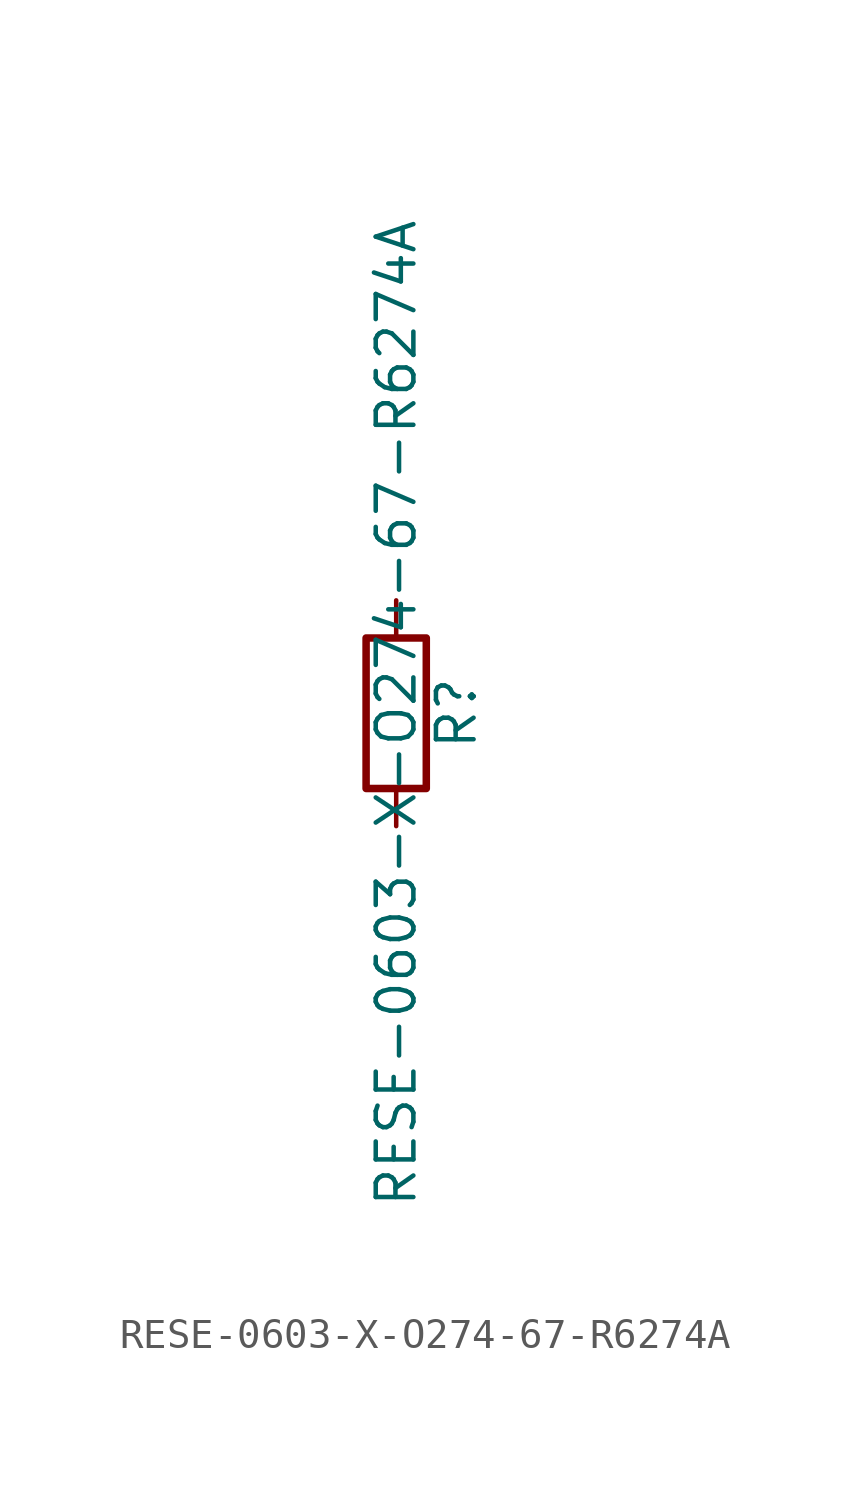
<source format=kicad_sym>
(kicad_symbol_lib
  (version 20211014)
  (generator kicad_symbol_editor)
  (symbol "RESE-0603-X-O274-67-R6274A"
    (pin_numbers hide)
    (pin_names
      (offset 0))
    (property "Reference" "R"
      (at 2.032 0 90)
      (effects (font (size 1.27 1.27))))
    (property "Value" "RESE-0603-X-O274-67-R6274A"
      (at 0 0 90)
      (effects (font (size 1.27 1.27))))
    (symbol "RESE-0603-X-O274-67-R6274A_0_1"
      (rectangle (start -1.016 -2.54) (end 1.016 2.54) (stroke (width 0.254) (type default) (color 0 0 0 0)) (fill (type none))))
    (symbol "RESE-0603-X-O274-67-R6274A_1_1"
      (pin passive line (at 0 3.81 270) (length 1.27) (name "~" (effects (font (size 1.27 1.27)))) (number "1" (effects (font (size 1.27 1.27)))))
      (pin passive line (at 0 -3.81 90) (length 1.27) (name "~" (effects (font (size 1.27 1.27)))) (number "2" (effects (font (size 1.27 1.27))))))))
</source>
